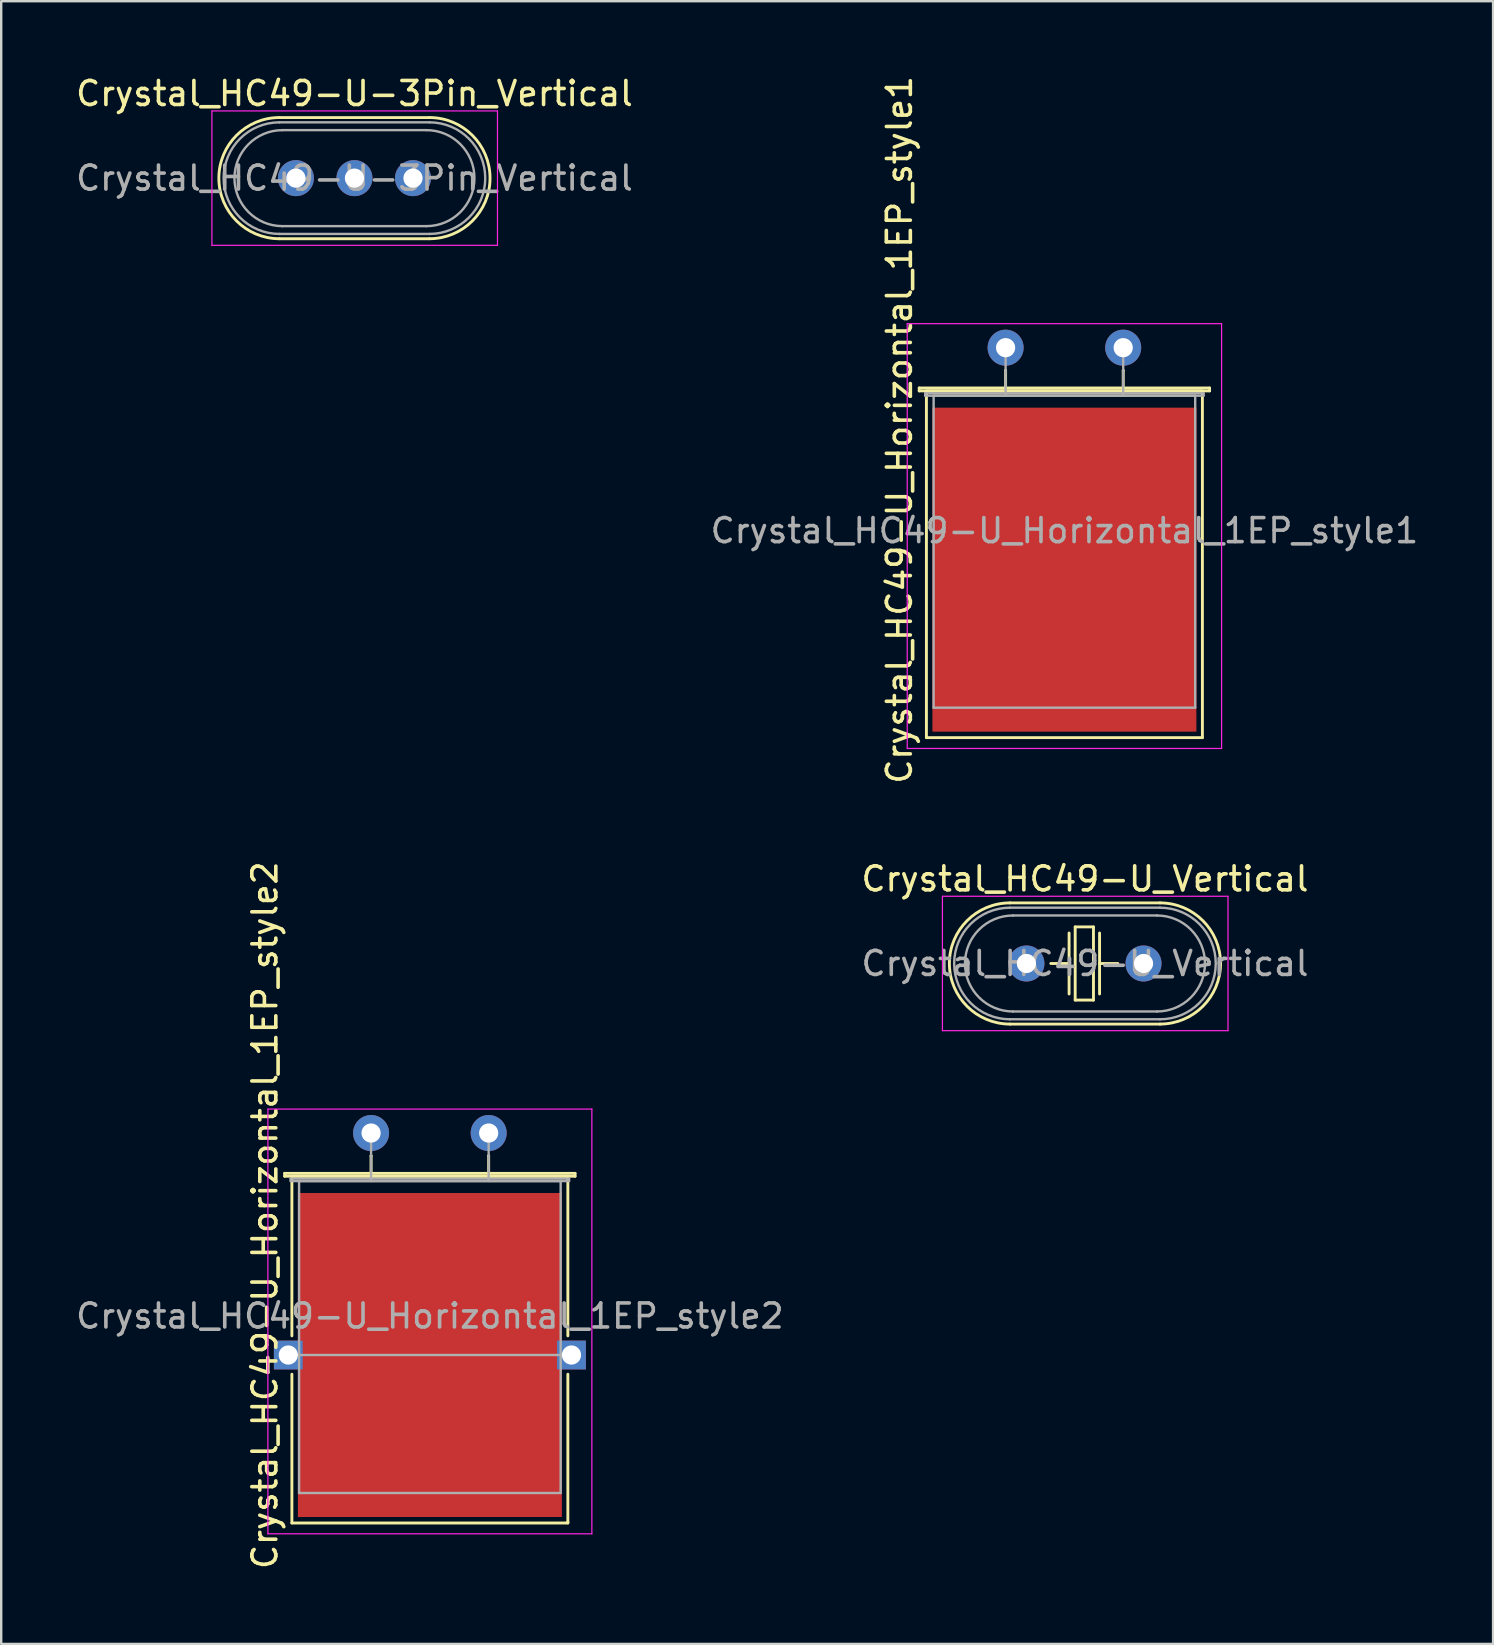
<source format=kicad_pcb>
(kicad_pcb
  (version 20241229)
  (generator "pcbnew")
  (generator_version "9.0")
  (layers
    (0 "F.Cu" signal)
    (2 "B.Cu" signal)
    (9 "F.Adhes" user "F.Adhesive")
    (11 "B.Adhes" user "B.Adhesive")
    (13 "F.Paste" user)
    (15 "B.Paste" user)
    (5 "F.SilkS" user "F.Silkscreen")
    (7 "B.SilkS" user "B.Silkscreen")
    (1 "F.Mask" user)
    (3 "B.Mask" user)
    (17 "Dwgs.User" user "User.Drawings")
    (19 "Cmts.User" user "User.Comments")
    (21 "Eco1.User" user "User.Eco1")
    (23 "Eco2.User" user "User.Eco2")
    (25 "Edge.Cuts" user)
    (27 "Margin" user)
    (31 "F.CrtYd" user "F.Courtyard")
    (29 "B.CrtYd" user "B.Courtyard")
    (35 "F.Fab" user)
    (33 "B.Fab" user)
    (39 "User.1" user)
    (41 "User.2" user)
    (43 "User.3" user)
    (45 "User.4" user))
  (footprint "Crystal_HC49-U_Horizontal_1EP_style1"
    (layer "F.Cu")
    (at 38.854 11.438)
    (property "Reference" "Crystal_HC49-U_Horizontal_1EP_style1" (at -4.425 3.425 90) (layer "F.SilkS") (effects (font (size 1 1) (thickness 0.15))))
    (attr through_hole)
    (fp_line (start -3.6 1.68) (end 8.5 1.68) (stroke (width 0.12) (type solid)) (layer "F.SilkS"))
    (fp_line (start -3.6 1.8) (end -3.6 1.68) (stroke (width 0.12) (type solid)) (layer "F.SilkS"))
    (fp_line (start -3.3 1.8) (end -3.3 16.25) (stroke (width 0.12) (type solid)) (layer "F.SilkS"))
    (fp_line (start -3.3 16.25) (end 8.2 16.25) (stroke (width 0.12) (type solid)) (layer "F.SilkS"))
    (fp_line (start 0 0.95) (end 0 0.95) (stroke (width 0.12) (type solid)) (layer "F.SilkS"))
    (fp_line (start 0 1.8) (end 0 0.95) (stroke (width 0.12) (type solid)) (layer "F.SilkS"))
    (fp_line (start 4.9 0.95) (end 4.9 0.95) (stroke (width 0.12) (type solid)) (layer "F.SilkS"))
    (fp_line (start 4.9 1.8) (end 4.9 0.95) (stroke (width 0.12) (type solid)) (layer "F.SilkS"))
    (fp_line (start 8.15 1.8) (end -3.25 1.8) (stroke (width 0.12) (type solid)) (layer "F.SilkS"))
    (fp_line (start 8.2 16.25) (end 8.2 1.8) (stroke (width 0.12) (type solid)) (layer "F.SilkS"))
    (fp_line (start 8.5 1.68) (end 8.5 1.8) (stroke (width 0.12) (type solid)) (layer "F.SilkS"))
    (fp_line (start 8.5 1.8) (end -3.6 1.8) (stroke (width 0.12) (type solid)) (layer "F.SilkS"))
    (fp_line (start -4.1 -1) (end -4.1 16.7) (stroke (width 0.05) (type solid)) (layer "F.CrtYd"))
    (fp_line (start -4.1 16.7) (end 9 16.7) (stroke (width 0.05) (type solid)) (layer "F.CrtYd"))
    (fp_line (start 9 -1) (end -4.1 -1) (stroke (width 0.05) (type solid)) (layer "F.CrtYd"))
    (fp_line (start 9 16.7) (end 9 -1) (stroke (width 0.05) (type solid)) (layer "F.CrtYd"))
    (fp_line (start -3.35 1.9) (end 8.25 1.9) (stroke (width 0.1) (type solid)) (layer "F.Fab"))
    (fp_line (start -3.35 2) (end -3.35 1.9) (stroke (width 0.1) (type solid)) (layer "F.Fab"))
    (fp_line (start -3 2) (end -3 15) (stroke (width 0.1) (type solid)) (layer "F.Fab"))
    (fp_line (start -3 15) (end 7.9 15) (stroke (width 0.1) (type solid)) (layer "F.Fab"))
    (fp_line (start 0 1) (end 0 0) (stroke (width 0.1) (type solid)) (layer "F.Fab"))
    (fp_line (start 0 2) (end 0 1) (stroke (width 0.1) (type solid)) (layer "F.Fab"))
    (fp_line (start 4.9 1) (end 4.9 0) (stroke (width 0.1) (type solid)) (layer "F.Fab"))
    (fp_line (start 4.9 2) (end 4.9 1) (stroke (width 0.1) (type solid)) (layer "F.Fab"))
    (fp_line (start 7.9 2) (end -3 2) (stroke (width 0.1) (type solid)) (layer "F.Fab"))
    (fp_line (start 7.9 15) (end 7.9 2) (stroke (width 0.1) (type solid)) (layer "F.Fab"))
    (fp_line (start 8.25 1.9) (end 8.25 2) (stroke (width 0.1) (type solid)) (layer "F.Fab"))
    (fp_line (start 8.25 2) (end -3.35 2) (stroke (width 0.1) (type solid)) (layer "F.Fab"))
    (fp_text user "${REFERENCE}" (at 2.45 7.625 0) (layer "F.Fab") (effects (font (size 1 1) (thickness 0.15))))
    (pad "1" thru_hole circle (at 0 0) (size 1.5 1.5) (drill 0.8) (layers "*.Cu" "*.Mask"))
    (pad "2" thru_hole circle (at 4.9 0) (size 1.5 1.5) (drill 0.8) (layers "*.Cu" "*.Mask"))
    (pad "3" smd rect (at 2.45 9.25) (size 11 13.5) (layers "F.Cu" "F.Mask" "F.Paste")))
  (footprint "Crystal_HC49-U_Horizontal_1EP_style2"
    (layer "F.Cu")
    (at 12.413 44.164)
    (property "Reference" "Crystal_HC49-U_Horizontal_1EP_style2" (at -4.425 3.425 90) (layer "F.SilkS") (effects (font (size 1 1) (thickness 0.15))))
    (attr through_hole)
    (fp_line (start -3.6 1.68) (end 8.5 1.68) (stroke (width 0.12) (type solid)) (layer "F.SilkS"))
    (fp_line (start -3.6 1.8) (end -3.6 1.68) (stroke (width 0.12) (type solid)) (layer "F.SilkS"))
    (fp_line (start -3.3 8.45) (end -3.3 1.8) (stroke (width 0.12) (type solid)) (layer "F.SilkS"))
    (fp_line (start -3.3 16.25) (end -3.3 10.05) (stroke (width 0.12) (type solid)) (layer "F.SilkS"))
    (fp_line (start -3.25 1.8) (end 8.15 1.8) (stroke (width 0.12) (type solid)) (layer "F.SilkS"))
    (fp_line (start 0 0.95) (end 0 0.95) (stroke (width 0.12) (type solid)) (layer "F.SilkS"))
    (fp_line (start 0 1.8) (end 0 0.95) (stroke (width 0.12) (type solid)) (layer "F.SilkS"))
    (fp_line (start 4.9 0.95) (end 4.9 0.95) (stroke (width 0.12) (type solid)) (layer "F.SilkS"))
    (fp_line (start 4.9 1.8) (end 4.9 0.95) (stroke (width 0.12) (type solid)) (layer "F.SilkS"))
    (fp_line (start 8.2 1.8) (end 8.2 8.45) (stroke (width 0.12) (type solid)) (layer "F.SilkS"))
    (fp_line (start 8.2 10.05) (end 8.2 16.2) (stroke (width 0.12) (type solid)) (layer "F.SilkS"))
    (fp_line (start 8.2 16.2) (end 8.2 16.25) (stroke (width 0.12) (type solid)) (layer "F.SilkS"))
    (fp_line (start 8.2 16.25) (end -3.3 16.25) (stroke (width 0.12) (type solid)) (layer "F.SilkS"))
    (fp_line (start 8.5 1.68) (end 8.5 1.8) (stroke (width 0.12) (type solid)) (layer "F.SilkS"))
    (fp_line (start 8.5 1.8) (end -3.6 1.8) (stroke (width 0.12) (type solid)) (layer "F.SilkS"))
    (fp_line (start -4.3 -1) (end -4.3 16.7) (stroke (width 0.05) (type solid)) (layer "F.CrtYd"))
    (fp_line (start -4.3 16.7) (end 9.2 16.7) (stroke (width 0.05) (type solid)) (layer "F.CrtYd"))
    (fp_line (start 9.2 -1) (end -4.3 -1) (stroke (width 0.05) (type solid)) (layer "F.CrtYd"))
    (fp_line (start 9.2 16.7) (end 9.2 -1) (stroke (width 0.05) (type solid)) (layer "F.CrtYd"))
    (fp_line (start -3.45 9.25) (end 8.35 9.25) (stroke (width 0.1) (type solid)) (layer "F.Fab"))
    (fp_line (start -3.35 1.9) (end 8.25 1.9) (stroke (width 0.1) (type solid)) (layer "F.Fab"))
    (fp_line (start -3.35 2) (end -3.35 1.9) (stroke (width 0.1) (type solid)) (layer "F.Fab"))
    (fp_line (start -3 2) (end -3 15) (stroke (width 0.1) (type solid)) (layer "F.Fab"))
    (fp_line (start -3 15) (end 7.9 15) (stroke (width 0.1) (type solid)) (layer "F.Fab"))
    (fp_line (start 0 1) (end 0 0) (stroke (width 0.1) (type solid)) (layer "F.Fab"))
    (fp_line (start 0 2) (end 0 1) (stroke (width 0.1) (type solid)) (layer "F.Fab"))
    (fp_line (start 4.9 1) (end 4.9 0) (stroke (width 0.1) (type solid)) (layer "F.Fab"))
    (fp_line (start 4.9 2) (end 4.9 1) (stroke (width 0.1) (type solid)) (layer "F.Fab"))
    (fp_line (start 7.9 2) (end -3 2) (stroke (width 0.1) (type solid)) (layer "F.Fab"))
    (fp_line (start 7.9 15) (end 7.9 2) (stroke (width 0.1) (type solid)) (layer "F.Fab"))
    (fp_line (start 8.25 1.9) (end 8.25 2) (stroke (width 0.1) (type solid)) (layer "F.Fab"))
    (fp_line (start 8.25 2) (end -3.35 2) (stroke (width 0.1) (type solid)) (layer "F.Fab"))
    (fp_text user "${REFERENCE}" (at 2.45 7.625 0) (layer "F.Fab") (effects (font (size 1 1) (thickness 0.15))))
    (pad "1" thru_hole circle (at 0 0) (size 1.5 1.5) (drill 0.8) (layers "*.Cu" "*.Mask"))
    (pad "2" thru_hole circle (at 4.9 0) (size 1.5 1.5) (drill 0.8) (layers "*.Cu" "*.Mask"))
    (pad "3" thru_hole rect (at -3.45 9.25) (size 1.2 1.2) (drill 0.8) (layers "*.Cu" "*.Mask"))
    (pad "3" smd rect (at 2.45 9.25) (size 11 13.5) (layers "F.Cu" "F.Mask" "F.Paste"))
    (pad "3" thru_hole rect (at 8.35 9.25) (size 1.2 1.2) (drill 0.8) (layers "*.Cu" "*.Mask")))
  (footprint "Crystal_HC49-U-3Pin_Vertical"
    (layer "F.Cu")
    (at 9.28 4.373)
    (property "Reference" "Crystal_HC49-U-3Pin_Vertical" (at 2.44 -3.525 0) (layer "F.SilkS") (effects (font (size 1 1) (thickness 0.15))))
    (attr through_hole)
    (fp_line (start -0.685 -2.525) (end 5.565 -2.525) (stroke (width 0.12) (type solid)) (layer "F.SilkS"))
    (fp_line (start -0.685 2.525) (end 5.565 2.525) (stroke (width 0.12) (type solid)) (layer "F.SilkS"))
    (fp_arc (start -0.685 2.525) (mid -3.21 0) (end -0.685 -2.525) (stroke (width 0.12) (type solid)) (layer "F.SilkS"))
    (fp_arc (start 5.565 -2.525) (mid 8.09 0) (end 5.565 2.525) (stroke (width 0.12) (type solid)) (layer "F.SilkS"))
    (fp_line (start -3.5 -2.8) (end -3.5 2.8) (stroke (width 0.05) (type solid)) (layer "F.CrtYd"))
    (fp_line (start -3.5 2.8) (end 8.4 2.8) (stroke (width 0.05) (type solid)) (layer "F.CrtYd"))
    (fp_line (start 8.4 -2.8) (end -3.5 -2.8) (stroke (width 0.05) (type solid)) (layer "F.CrtYd"))
    (fp_line (start 8.4 2.8) (end 8.4 -2.8) (stroke (width 0.05) (type solid)) (layer "F.CrtYd"))
    (fp_line (start -0.685 -2.325) (end 5.565 -2.325) (stroke (width 0.1) (type solid)) (layer "F.Fab"))
    (fp_line (start -0.685 2.325) (end 5.565 2.325) (stroke (width 0.1) (type solid)) (layer "F.Fab"))
    (fp_line (start -0.56 -2) (end 5.44 -2) (stroke (width 0.1) (type solid)) (layer "F.Fab"))
    (fp_line (start -0.56 2) (end 5.44 2) (stroke (width 0.1) (type solid)) (layer "F.Fab"))
    (fp_arc (start -0.685 2.325) (mid -3.01 0) (end -0.685 -2.325) (stroke (width 0.1) (type solid)) (layer "F.Fab"))
    (fp_arc (start -0.56 2) (mid -2.56 0) (end -0.56 -2) (stroke (width 0.1) (type solid)) (layer "F.Fab"))
    (fp_arc (start 5.44 -2) (mid 7.44 0) (end 5.44 2) (stroke (width 0.1) (type solid)) (layer "F.Fab"))
    (fp_arc (start 5.565 -2.325) (mid 7.89 0) (end 5.565 2.325) (stroke (width 0.1) (type solid)) (layer "F.Fab"))
    (fp_text user "${REFERENCE}" (at 2.44 0 0) (layer "F.Fab") (effects (font (size 1 1) (thickness 0.15))))
    (pad "1" thru_hole circle (at 0 0) (size 1.5 1.5) (drill 0.8) (layers "*.Cu" "*.Mask"))
    (pad "2" thru_hole circle (at 2.44 0) (size 1.5 1.5) (drill 0.8) (layers "*.Cu" "*.Mask"))
    (pad "3" thru_hole circle (at 4.88 0) (size 1.5 1.5) (drill 0.8) (layers "*.Cu" "*.Mask")))
  (footprint "Crystal_HC49-U_Vertical"
    (layer "F.Cu")
    (at 39.721 37.099)
    (property "Reference" "Crystal_HC49-U_Vertical" (at 2.44 -3.525 0) (layer "F.SilkS") (effects (font (size 1 1) (thickness 0.15))))
    (attr through_hole)
    (fp_line (start -0.685 -2.525) (end 5.565 -2.525) (stroke (width 0.12) (type solid)) (layer "F.SilkS"))
    (fp_line (start -0.685 2.525) (end 5.565 2.525) (stroke (width 0.12) (type solid)) (layer "F.SilkS"))
    (fp_line (start 1.016 0) (end 1.778 0) (stroke (width 0.12) (type solid)) (layer "F.SilkS"))
    (fp_line (start 1.778 -1.27) (end 1.778 1.27) (stroke (width 0.12) (type solid)) (layer "F.SilkS"))
    (fp_line (start 2.032 -1.524) (end 2.032 1.524) (stroke (width 0.12) (type solid)) (layer "F.SilkS"))
    (fp_line (start 2.032 1.524) (end 2.794 1.524) (stroke (width 0.12) (type solid)) (layer "F.SilkS"))
    (fp_line (start 2.794 -1.524) (end 2.032 -1.524) (stroke (width 0.12) (type solid)) (layer "F.SilkS"))
    (fp_line (start 2.794 1.524) (end 2.794 -1.524) (stroke (width 0.12) (type solid)) (layer "F.SilkS"))
    (fp_line (start 3.048 -1.27) (end 3.048 1.27) (stroke (width 0.12) (type solid)) (layer "F.SilkS"))
    (fp_line (start 3.81 0) (end 3.048 0) (stroke (width 0.12) (type solid)) (layer "F.SilkS"))
    (fp_arc (start -0.685 2.525) (mid -3.21 0) (end -0.685 -2.525) (stroke (width 0.12) (type solid)) (layer "F.SilkS"))
    (fp_arc (start 5.565 -2.525) (mid 8.09 0) (end 5.565 2.525) (stroke (width 0.12) (type solid)) (layer "F.SilkS"))
    (fp_line (start -3.5 -2.8) (end -3.5 2.8) (stroke (width 0.05) (type solid)) (layer "F.CrtYd"))
    (fp_line (start -3.5 2.8) (end 8.4 2.8) (stroke (width 0.05) (type solid)) (layer "F.CrtYd"))
    (fp_line (start 8.4 -2.8) (end -3.5 -2.8) (stroke (width 0.05) (type solid)) (layer "F.CrtYd"))
    (fp_line (start 8.4 2.8) (end 8.4 -2.8) (stroke (width 0.05) (type solid)) (layer "F.CrtYd"))
    (fp_line (start -0.685 -2.325) (end 5.565 -2.325) (stroke (width 0.1) (type solid)) (layer "F.Fab"))
    (fp_line (start -0.685 2.325) (end 5.565 2.325) (stroke (width 0.1) (type solid)) (layer "F.Fab"))
    (fp_line (start -0.56 -2) (end 5.44 -2) (stroke (width 0.1) (type solid)) (layer "F.Fab"))
    (fp_line (start -0.56 2) (end 5.44 2) (stroke (width 0.1) (type solid)) (layer "F.Fab"))
    (fp_arc (start -0.685 2.325) (mid -3.01 0) (end -0.685 -2.325) (stroke (width 0.1) (type solid)) (layer "F.Fab"))
    (fp_arc (start -0.56 2) (mid -2.56 0) (end -0.56 -2) (stroke (width 0.1) (type solid)) (layer "F.Fab"))
    (fp_arc (start 5.44 -2) (mid 7.44 0) (end 5.44 2) (stroke (width 0.1) (type solid)) (layer "F.Fab"))
    (fp_arc (start 5.565 -2.325) (mid 7.89 0) (end 5.565 2.325) (stroke (width 0.1) (type solid)) (layer "F.Fab"))
    (fp_text user "${REFERENCE}" (at 2.44 0 0) (layer "F.Fab") (effects (font (size 1 1) (thickness 0.15))))
    (pad "1" thru_hole circle (at 0 0) (size 1.5 1.5) (drill 0.8) (layers "*.Cu" "*.Mask"))
    (pad "2" thru_hole circle (at 4.88 0) (size 1.5 1.5) (drill 0.8) (layers "*.Cu" "*.Mask")))
  (gr_rect
    (start -3 -3)
    (end 59.167 65.452)
    (stroke (width 0.1) (type default))
    (fill no)
    (layer "Edge.Cuts")))
</source>
